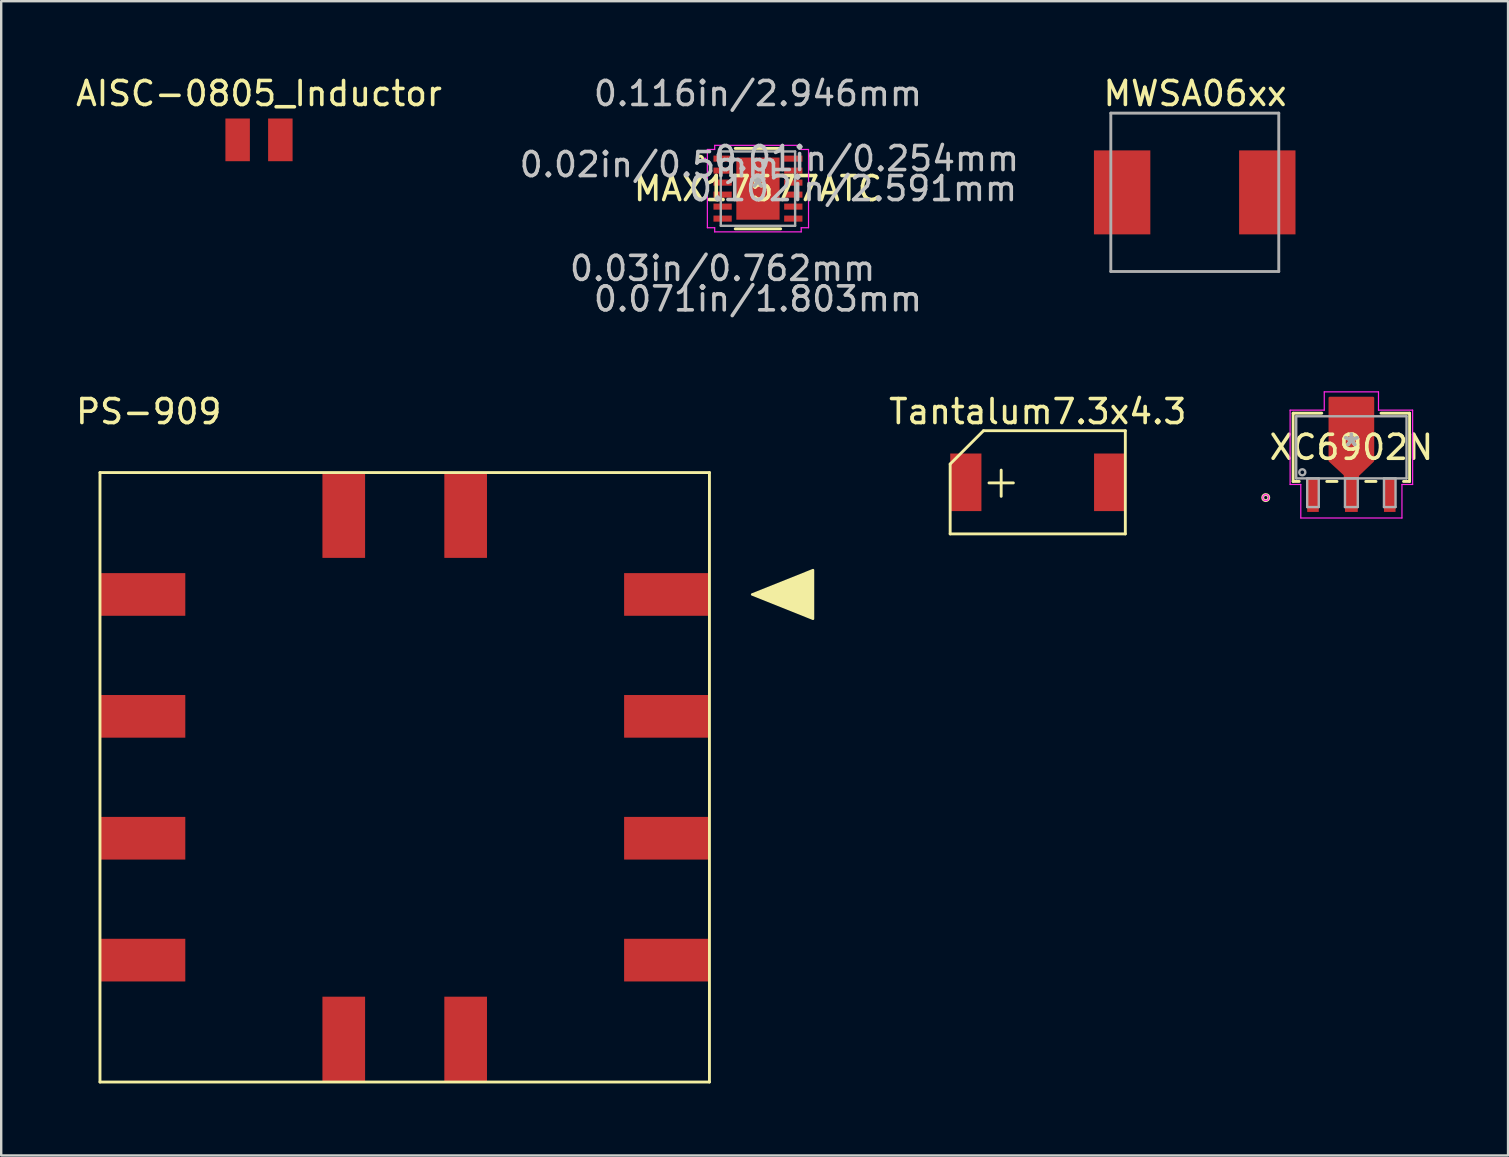
<source format=kicad_pcb>
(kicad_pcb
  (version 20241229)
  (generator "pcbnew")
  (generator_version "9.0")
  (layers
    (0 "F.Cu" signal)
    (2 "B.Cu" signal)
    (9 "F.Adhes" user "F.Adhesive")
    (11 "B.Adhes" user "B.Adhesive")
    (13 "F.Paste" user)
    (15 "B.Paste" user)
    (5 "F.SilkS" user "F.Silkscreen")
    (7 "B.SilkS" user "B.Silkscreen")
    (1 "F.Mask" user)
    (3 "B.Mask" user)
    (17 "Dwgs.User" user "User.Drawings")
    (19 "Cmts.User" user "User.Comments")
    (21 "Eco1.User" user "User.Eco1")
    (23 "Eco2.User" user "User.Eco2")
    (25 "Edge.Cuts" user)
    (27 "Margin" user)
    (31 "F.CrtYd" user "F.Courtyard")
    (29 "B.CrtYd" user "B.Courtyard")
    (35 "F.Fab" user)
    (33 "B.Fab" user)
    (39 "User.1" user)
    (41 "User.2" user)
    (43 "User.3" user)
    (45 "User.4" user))
  (footprint "MWSA06xx"
    (layer "F.Cu")
    (at 46.742 4.968)
    (property "Reference" "MWSA06xx" (at 0.015 -4.12 0) (layer "F.SilkS") (effects (font (size 1 1) (thickness 0.15))))
    (attr through_hole)
    (fp_line (start -3.497 3.297) (end -3.497 -3.303) (stroke (width 0.12) (type solid)) (layer "F.Fab"))
    (fp_line (start 3.503 -3.303) (end -3.497 -3.303) (stroke (width 0.12) (type solid)) (layer "F.Fab"))
    (fp_line (start 3.503 3.297) (end -3.497 3.297) (stroke (width 0.12) (type solid)) (layer "F.Fab"))
    (fp_line (start 3.503 3.297) (end 3.503 -3.303) (stroke (width 0.12) (type solid)) (layer "F.Fab"))
    (pad "1" smd rect (at -3.025 0) (size 2.35 3.5) (layers "F.Cu" "F.Mask" "F.Paste"))
    (pad "2" smd rect (at 3.025 0) (size 2.35 3.5) (layers "F.Cu" "F.Mask" "F.Paste")))
  (footprint "MAX17577ATC"
    (layer "F.Cu")
    (at 28.539 4.811)
    (property "Reference" "MAX17577ATC" (at 0 0 0) (layer "F.SilkS") (effects (font (size 1 1) (thickness 0.15))))
    (attr through_hole)
    (fp_line (start -0.947 1.676) (end 0.947 1.676) (stroke (width 0.12) (type solid)) (layer "F.SilkS"))
    (fp_line (start 0.947 -1.676) (end -0.947 -1.676) (stroke (width 0.12) (type solid)) (layer "F.SilkS"))
    (fp_circle (center -2.405 -1.25) (end -2.303 -1.25) (stroke (width 0.12) (type solid)) (fill no) (layer "F.SilkS"))
    (fp_poly (pts (xy -0.802 -1.195) (xy -0.802 -0.1) (xy 0.802 -0.1) (xy 0.802 -1.195)) (stroke (width 0.1) (type solid)) (fill yes) (layer "F.Paste"))
    (fp_poly (pts (xy -0.802 0.1) (xy -0.802 1.195) (xy 0.802 1.195) (xy 0.802 0.1)) (stroke (width 0.1) (type solid)) (fill yes) (layer "F.Paste"))
    (fp_line (start -2.108 -1.631) (end -1.803 -1.631) (stroke (width 0.05) (type solid)) (layer "F.CrtYd"))
    (fp_line (start -2.108 1.631) (end -2.108 -1.631) (stroke (width 0.05) (type solid)) (layer "F.CrtYd"))
    (fp_line (start -1.803 -1.803) (end 1.803 -1.803) (stroke (width 0.05) (type solid)) (layer "F.CrtYd"))
    (fp_line (start -1.803 -1.631) (end -1.803 -1.803) (stroke (width 0.05) (type solid)) (layer "F.CrtYd"))
    (fp_line (start -1.803 1.631) (end -2.108 1.631) (stroke (width 0.05) (type solid)) (layer "F.CrtYd"))
    (fp_line (start -1.803 1.803) (end -1.803 1.631) (stroke (width 0.05) (type solid)) (layer "F.CrtYd"))
    (fp_line (start 1.803 -1.803) (end 1.803 -1.631) (stroke (width 0.05) (type solid)) (layer "F.CrtYd"))
    (fp_line (start 1.803 -1.631) (end 2.108 -1.631) (stroke (width 0.05) (type solid)) (layer "F.CrtYd"))
    (fp_line (start 1.803 1.631) (end 1.803 1.803) (stroke (width 0.05) (type solid)) (layer "F.CrtYd"))
    (fp_line (start 1.803 1.803) (end -1.803 1.803) (stroke (width 0.05) (type solid)) (layer "F.CrtYd"))
    (fp_line (start 2.108 -1.631) (end 2.108 1.631) (stroke (width 0.05) (type solid)) (layer "F.CrtYd"))
    (fp_line (start 2.108 1.631) (end 1.803 1.631) (stroke (width 0.05) (type solid)) (layer "F.CrtYd"))
    (fp_circle (center -2.206 -1.25) (end -2.206 -1.25) (stroke (width 0.05) (type solid)) (fill no) (layer "F.CrtYd"))
    (fp_line (start -1.549 -1.549) (end -1.549 1.549) (stroke (width 0.1) (type solid)) (layer "F.Fab"))
    (fp_line (start -1.549 1.549) (end 1.549 1.549) (stroke (width 0.1) (type solid)) (layer "F.Fab"))
    (fp_line (start 1.549 -1.549) (end -1.549 -1.549) (stroke (width 0.1) (type solid)) (layer "F.Fab"))
    (fp_line (start 1.549 1.549) (end 1.549 -1.549) (stroke (width 0.1) (type solid)) (layer "F.Fab"))
    (fp_circle (center -1.092 -1.25) (end -1.016 -1.25) (stroke (width 0.1) (type solid)) (fill no) (layer "F.Fab"))
    (fp_text user "*" (at 0 0 0) (layer "F.SilkS") (effects (font (size 1 1) (thickness 0.15))))
    (fp_text user "0.071in/1.803mm" (at 0 4.597 0) (layer "Dwgs.User") (effects (font (size 1 1) (thickness 0.15))))
    (fp_text user "0.01in/0.254mm" (at 4.521 -1.25 0) (layer "Dwgs.User") (effects (font (size 1 1) (thickness 0.15))))
    (fp_text user "0.116in/2.946mm" (at 0 -3.962 0) (layer "Dwgs.User") (effects (font (size 1 1) (thickness 0.15))))
    (fp_text user "0.102in/2.591mm" (at 3.962 0 0) (layer "Dwgs.User") (effects (font (size 1 1) (thickness 0.15))))
    (fp_text user "0.02in/0.5mm" (at -4.521 -1 0) (layer "Dwgs.User") (effects (font (size 1 1) (thickness 0.15))))
    (fp_text user "0.03in/0.762mm" (at -1.473 3.327 0) (layer "Dwgs.User") (effects (font (size 1 1) (thickness 0.15))))
    (fp_text user "Copyright 2021 Accelerated Designs. All rights reserved." (at 0 0 0) (layer "Cmts.User") (effects (font (size 0.127 0.127) (thickness 0.002))))
    (fp_text user "*" (at 0 0 0) (layer "F.Fab") (effects (font (size 1 1) (thickness 0.15))))
    (pad "1" smd rect (at -1.473 -1.25) (size 0.762 0.254) (layers "F.Cu" "F.Mask" "F.Paste"))
    (pad "2" smd rect (at -1.473 -0.75) (size 0.762 0.254) (layers "F.Cu" "F.Mask" "F.Paste"))
    (pad "3" smd rect (at -1.473 -0.25) (size 0.762 0.254) (layers "F.Cu" "F.Mask" "F.Paste"))
    (pad "4" smd rect (at -1.473 0.25) (size 0.762 0.254) (layers "F.Cu" "F.Mask" "F.Paste"))
    (pad "5" smd rect (at -1.473 0.75) (size 0.762 0.254) (layers "F.Cu" "F.Mask" "F.Paste"))
    (pad "6" smd rect (at -1.473 1.25) (size 0.762 0.254) (layers "F.Cu" "F.Mask" "F.Paste"))
    (pad "7" smd rect (at 1.473 1.25) (size 0.762 0.254) (layers "F.Cu" "F.Mask" "F.Paste"))
    (pad "8" smd rect (at 1.473 0.75) (size 0.762 0.254) (layers "F.Cu" "F.Mask" "F.Paste"))
    (pad "9" smd rect (at 1.473 0.25) (size 0.762 0.254) (layers "F.Cu" "F.Mask" "F.Paste"))
    (pad "10" smd rect (at 1.473 -0.25) (size 0.762 0.254) (layers "F.Cu" "F.Mask" "F.Paste"))
    (pad "11" smd rect (at 1.473 -0.75) (size 0.762 0.254) (layers "F.Cu" "F.Mask" "F.Paste"))
    (pad "12" smd rect (at 1.473 -1.25) (size 0.762 0.254) (layers "F.Cu" "F.Mask" "F.Paste"))
    (pad "13" smd rect (at 0 0) (size 1.803 2.591) (layers "F.Cu" "F.Mask" "F.Paste")))
  (footprint "PS-909"
    (layer "F.Cu")
    (at 2.895 21.725)
    (property "Reference" "PS-909" (at 0.254 -7.62 0) (layer "F.SilkS") (effects (font (size 1 1) (thickness 0.15))))
    (attr through_hole)
    (fp_line (start -1.778 -5.08) (end 23.622 -5.08) (stroke (width 0.12) (type solid)) (layer "F.SilkS"))
    (fp_line (start -1.778 20.32) (end -1.778 -5.08) (stroke (width 0.12) (type solid)) (layer "F.SilkS"))
    (fp_line (start 23.622 -5.08) (end 23.622 20.32) (stroke (width 0.12) (type solid)) (layer "F.SilkS"))
    (fp_line (start 23.622 20.32) (end -1.778 20.32) (stroke (width 0.12) (type solid)) (layer "F.SilkS"))
    (fp_poly (pts (xy 27.94 1.016) (xy 25.4 0) (xy 27.94 -1.016)) (stroke (width 0.1) (type solid)) (fill yes) (layer "F.SilkS"))
    (pad "1" smd rect (at 21.844 0) (size 3.556 1.778) (layers "F.Cu" "F.Mask" "F.Paste"))
    (pad "2" smd rect (at 13.462 -3.302 90) (size 3.556 1.778) (layers "F.Cu" "F.Mask" "F.Paste"))
    (pad "3" smd rect (at 8.382 -3.302 90) (size 3.556 1.778) (layers "F.Cu" "F.Mask" "F.Paste"))
    (pad "4" smd rect (at 0 0) (size 3.556 1.778) (layers "F.Cu" "F.Mask" "F.Paste"))
    (pad "5" smd rect (at 21.844 5.08) (size 3.556 1.778) (layers "F.Cu" "F.Mask" "F.Paste"))
    (pad "8" smd rect (at 0 5.08) (size 3.556 1.778) (layers "F.Cu" "F.Mask" "F.Paste"))
    (pad "9" smd rect (at 21.844 10.16) (size 3.556 1.778) (layers "F.Cu" "F.Mask" "F.Paste"))
    (pad "12" smd rect (at 0 10.16) (size 3.556 1.778) (layers "F.Cu" "F.Mask" "F.Paste"))
    (pad "13" smd rect (at 21.844 15.24) (size 3.556 1.778) (layers "F.Cu" "F.Mask" "F.Paste"))
    (pad "14" smd rect (at 13.462 18.542 90) (size 3.556 1.778) (layers "F.Cu" "F.Mask" "F.Paste"))
    (pad "15" smd rect (at 8.382 18.542 90) (size 3.556 1.778) (layers "F.Cu" "F.Mask" "F.Paste"))
    (pad "16" smd rect (at 0 15.24) (size 3.556 1.778) (layers "F.Cu" "F.Mask" "F.Paste")))
  (footprint "AISC-0805_Inductor"
    (layer "F.Cu")
    (at 7.744 2.779)
    (property "Reference" "AISC-0805_Inductor" (at 0 -1.93 0) (layer "F.SilkS") (effects (font (size 1 1) (thickness 0.15))))
    (attr through_hole)
    (pad "1" smd rect (at -0.89 0) (size 1.02 1.78) (layers "F.Cu" "F.Mask" "F.Paste"))
    (pad "2" smd rect (at 0.89 0) (size 1.02 1.78) (layers "F.Cu" "F.Mask" "F.Paste")))
  (footprint "Tantalum7.3x4.3"
    (layer "F.Cu")
    (at 40.2 17.051)
    (property "Reference" "Tantalum7.3x4.3" (at 0 -2.946 0) (layer "F.SilkS") (effects (font (size 1 1) (thickness 0.15))))
    (attr through_hole)
    (fp_line (start -3.65 -0.762) (end -3.65 2.15) (stroke (width 0.12) (type solid)) (layer "F.SilkS"))
    (fp_line (start -3.65 -0.762) (end -2.261 -2.15) (stroke (width 0.12) (type solid)) (layer "F.SilkS"))
    (fp_line (start -3.65 2.15) (end 3.65 2.15) (stroke (width 0.12) (type solid)) (layer "F.SilkS"))
    (fp_line (start -2.261 -2.15) (end 3.65 -2.15) (stroke (width 0.12) (type solid)) (layer "F.SilkS"))
    (fp_line (start -2.032 0.025) (end -1.016 0.025) (stroke (width 0.12) (type solid)) (layer "F.SilkS"))
    (fp_line (start -1.524 -0.508) (end -1.524 0.584) (stroke (width 0.12) (type solid)) (layer "F.SilkS"))
    (fp_line (start 3.65 -2.15) (end 3.65 2.15) (stroke (width 0.12) (type solid)) (layer "F.SilkS"))
    (pad "1" smd rect (at -2.997 0) (size 1.3 2.4) (layers "F.Cu" "F.Mask" "F.Paste"))
    (pad "2" smd rect (at 2.997 0) (size 1.3 2.4) (layers "F.Cu" "F.Mask" "F.Paste")))
  (footprint "XC6902N"
    (layer "F.Cu")
    (at 53.271 15.593)
    (property "Reference" "XC6902N" (at 0 0 0) (layer "F.SilkS") (effects (font (size 1 1) (thickness 0.15))))
    (attr through_hole)
    (fp_poly (pts (xy -0.267 1.295) (xy -0.267 1.143) (xy -0.902 0.559) (xy -0.902 -2.057) (xy 0.902 -2.057) (xy 0.902 0.559) (xy 0.267 1.168) (xy 0.267 1.295)) (stroke (width 0.1) (type solid)) (fill yes) (layer "F.Cu"))
    (fp_poly (pts (xy -0.267 1.295) (xy -0.267 1.143) (xy -0.876 0.533) (xy -0.876 -1.905) (xy 0.876 -1.905) (xy 0.876 0.533) (xy 0.267 1.143) (xy 0.267 1.295)) (stroke (width 0.1) (type solid)) (fill yes) (layer "F.Mask"))
    (fp_line (start -2.426 -1.422) (end -2.426 1.422) (stroke (width 0.12) (type solid)) (layer "F.SilkS"))
    (fp_line (start -2.426 1.422) (end -2.174 1.422) (stroke (width 0.12) (type solid)) (layer "F.SilkS"))
    (fp_line (start -1.234 -1.422) (end -2.426 -1.422) (stroke (width 0.12) (type solid)) (layer "F.SilkS"))
    (fp_line (start -1.026 1.422) (end -0.599 1.422) (stroke (width 0.12) (type solid)) (layer "F.SilkS"))
    (fp_line (start 0.599 1.422) (end 1.026 1.422) (stroke (width 0.12) (type solid)) (layer "F.SilkS"))
    (fp_line (start 2.174 1.422) (end 2.426 1.422) (stroke (width 0.12) (type solid)) (layer "F.SilkS"))
    (fp_line (start 2.426 -1.422) (end 1.234 -1.422) (stroke (width 0.12) (type solid)) (layer "F.SilkS"))
    (fp_line (start 2.426 1.422) (end 2.426 -1.422) (stroke (width 0.12) (type solid)) (layer "F.SilkS"))
    (fp_circle (center -3.569 2.095) (end -3.442 2.095) (stroke (width 0.12) (type solid)) (fill no) (layer "F.SilkS"))
    (fp_poly (pts (xy -0.267 1.295) (xy -0.267 1.143) (xy -0.876 0.533) (xy -0.876 -1.905) (xy 0.876 -1.905) (xy 0.876 0.533) (xy 0.267 1.143) (xy 0.267 1.295)) (stroke (width 0.1) (type solid)) (fill yes) (layer "F.Paste"))
    (fp_line (start -2.553 -1.549) (end -1.13 -1.549) (stroke (width 0.05) (type solid)) (layer "F.CrtYd"))
    (fp_line (start -2.553 1.549) (end -2.553 -1.549) (stroke (width 0.05) (type solid)) (layer "F.CrtYd"))
    (fp_line (start -2.108 1.549) (end -2.553 1.549) (stroke (width 0.05) (type solid)) (layer "F.CrtYd"))
    (fp_line (start -2.108 2.946) (end -2.108 1.549) (stroke (width 0.05) (type solid)) (layer "F.CrtYd"))
    (fp_line (start -1.13 -2.311) (end 1.13 -2.311) (stroke (width 0.05) (type solid)) (layer "F.CrtYd"))
    (fp_line (start -1.13 -1.549) (end -1.13 -2.311) (stroke (width 0.05) (type solid)) (layer "F.CrtYd"))
    (fp_line (start 1.13 -2.311) (end 1.13 -1.549) (stroke (width 0.05) (type solid)) (layer "F.CrtYd"))
    (fp_line (start 1.13 -1.549) (end 2.553 -1.549) (stroke (width 0.05) (type solid)) (layer "F.CrtYd"))
    (fp_line (start 2.108 1.549) (end 2.108 2.946) (stroke (width 0.05) (type solid)) (layer "F.CrtYd"))
    (fp_line (start 2.108 2.946) (end -2.108 2.946) (stroke (width 0.05) (type solid)) (layer "F.CrtYd"))
    (fp_line (start 2.553 -1.549) (end 2.553 1.549) (stroke (width 0.05) (type solid)) (layer "F.CrtYd"))
    (fp_line (start 2.553 1.549) (end 2.108 1.549) (stroke (width 0.05) (type solid)) (layer "F.CrtYd"))
    (fp_circle (center -3.569 2.095) (end -3.442 2.095) (stroke (width 0.05) (type solid)) (fill no) (layer "F.CrtYd"))
    (fp_line (start -2.299 -1.295) (end -2.299 1.295) (stroke (width 0.1) (type solid)) (layer "F.Fab"))
    (fp_line (start -2.299 1.295) (end 2.299 1.295) (stroke (width 0.1) (type solid)) (layer "F.Fab"))
    (fp_line (start -1.841 1.295) (end -1.841 2.489) (stroke (width 0.1) (type solid)) (layer "F.Fab"))
    (fp_line (start -1.841 2.489) (end -1.359 2.489) (stroke (width 0.1) (type solid)) (layer "F.Fab"))
    (fp_line (start -1.359 1.295) (end -1.841 1.295) (stroke (width 0.1) (type solid)) (layer "F.Fab"))
    (fp_line (start -1.359 2.489) (end -1.359 1.295) (stroke (width 0.1) (type solid)) (layer "F.Fab"))
    (fp_line (start -0.267 1.295) (end -0.267 2.489) (stroke (width 0.1) (type solid)) (layer "F.Fab"))
    (fp_line (start -0.267 2.489) (end 0.267 2.489) (stroke (width 0.1) (type solid)) (layer "F.Fab"))
    (fp_line (start 0.267 1.295) (end -0.267 1.295) (stroke (width 0.1) (type solid)) (layer "F.Fab"))
    (fp_line (start 0.267 2.489) (end 0.267 1.295) (stroke (width 0.1) (type solid)) (layer "F.Fab"))
    (fp_line (start 1.359 1.295) (end 1.359 2.489) (stroke (width 0.1) (type solid)) (layer "F.Fab"))
    (fp_line (start 1.359 2.489) (end 1.841 2.489) (stroke (width 0.1) (type solid)) (layer "F.Fab"))
    (fp_line (start 1.841 1.295) (end 1.359 1.295) (stroke (width 0.1) (type solid)) (layer "F.Fab"))
    (fp_line (start 1.841 2.489) (end 1.841 1.295) (stroke (width 0.1) (type solid)) (layer "F.Fab"))
    (fp_line (start 2.299 -1.295) (end -2.299 -1.295) (stroke (width 0.1) (type solid)) (layer "F.Fab"))
    (fp_line (start 2.299 1.295) (end 2.299 -1.295) (stroke (width 0.1) (type solid)) (layer "F.Fab"))
    (fp_circle (center -2.045 1.041) (end -1.918 1.041) (stroke (width 0.1) (type solid)) (fill no) (layer "F.Fab"))
    (fp_text user "*" (at 0 0 0) (layer "F.SilkS") (effects (font (size 1 1) (thickness 0.15))))
    (fp_text user "Copyright 2021 Accelerated Designs. All rights reserved." (at 0 0 0) (layer "Cmts.User") (effects (font (size 0.127 0.127) (thickness 0.002))))
    (fp_text user "*" (at 0 0 0) (layer "F.Fab") (effects (font (size 1 1) (thickness 0.15))))
    (pad "1" smd rect (at -1.6 1.994) (size 0.483 1.397) (layers "F.Cu" "F.Mask" "F.Paste"))
    (pad "2" smd rect (at 0 1.994) (size 0.533 1.397) (layers "F.Cu" "F.Mask" "F.Paste"))
    (pad "3" smd rect (at 1.6 1.994) (size 0.483 1.397) (layers "F.Cu" "F.Mask" "F.Paste")))
  (gr_rect
    (start -3 -3)
    (end 59.801 45.105)
    (stroke (width 0.1) (type default))
    (fill no)
    (layer "Edge.Cuts")))
</source>
